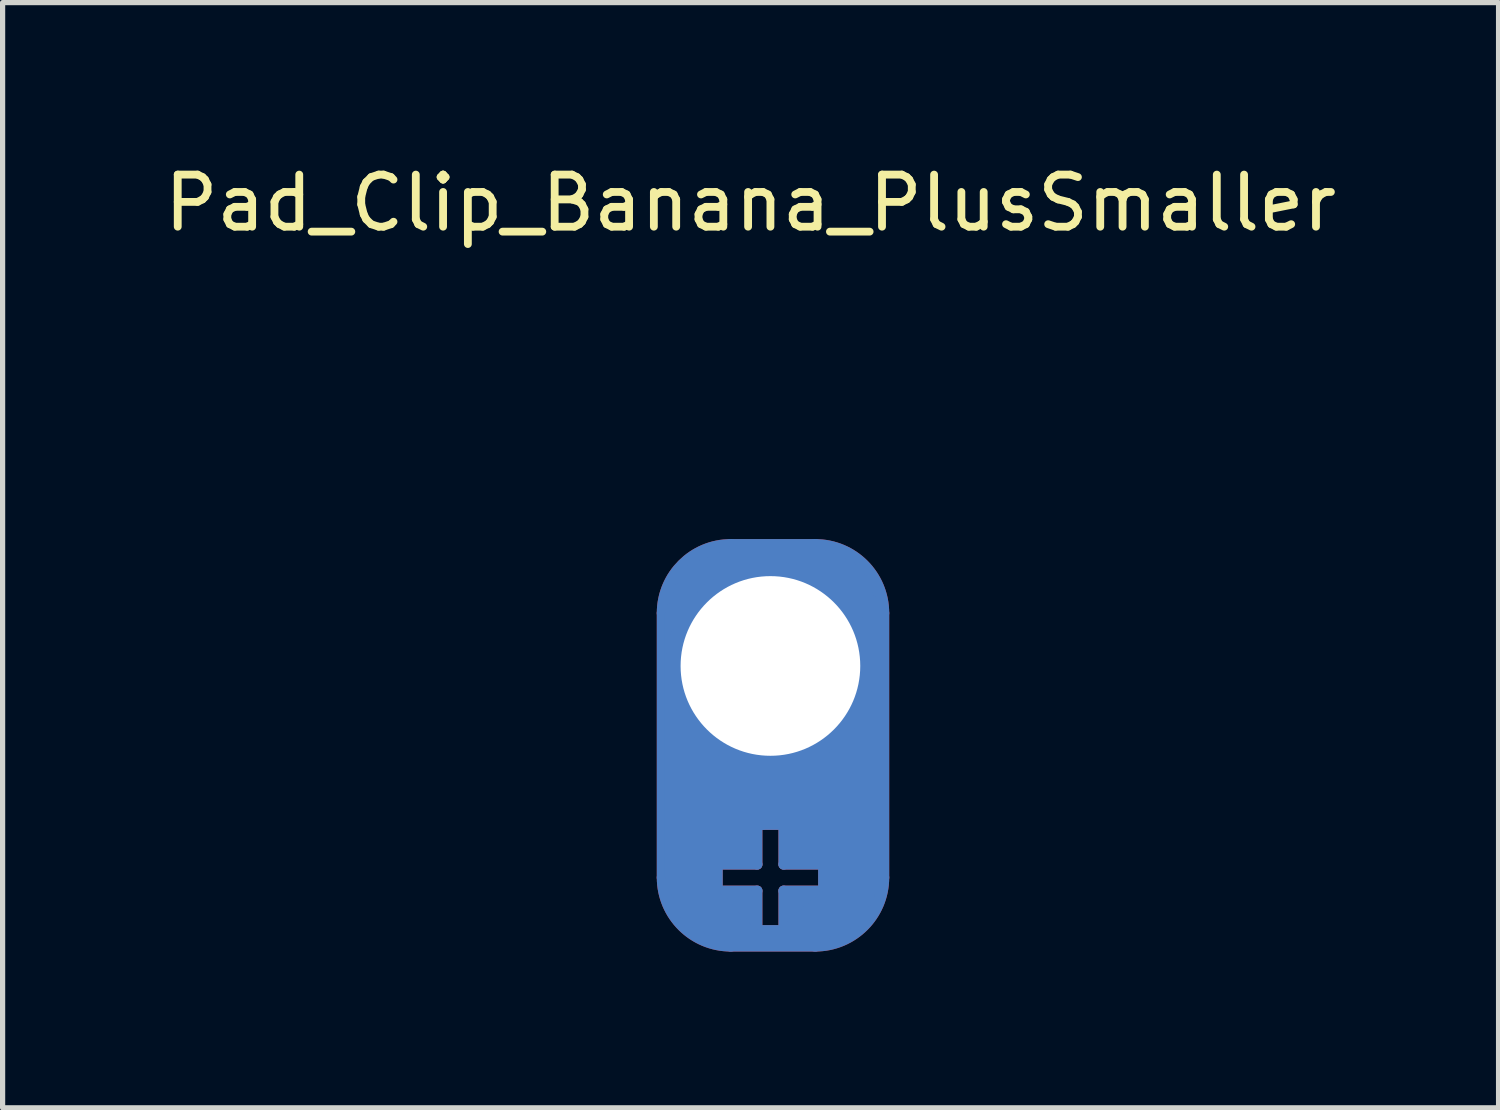
<source format=kicad_pcb>
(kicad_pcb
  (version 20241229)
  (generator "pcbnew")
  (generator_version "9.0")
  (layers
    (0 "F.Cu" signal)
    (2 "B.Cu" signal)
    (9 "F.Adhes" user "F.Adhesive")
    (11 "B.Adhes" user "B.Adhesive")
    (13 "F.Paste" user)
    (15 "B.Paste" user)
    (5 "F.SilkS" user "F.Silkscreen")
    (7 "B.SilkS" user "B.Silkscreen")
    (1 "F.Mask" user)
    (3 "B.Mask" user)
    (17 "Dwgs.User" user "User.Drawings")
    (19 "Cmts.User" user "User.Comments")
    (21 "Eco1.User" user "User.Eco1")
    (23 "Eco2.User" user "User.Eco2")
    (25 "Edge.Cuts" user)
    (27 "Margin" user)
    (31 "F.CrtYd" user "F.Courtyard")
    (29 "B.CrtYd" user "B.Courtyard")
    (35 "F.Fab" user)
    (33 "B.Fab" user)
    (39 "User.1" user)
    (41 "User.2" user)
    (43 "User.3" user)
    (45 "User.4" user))
  (footprint "Pad_Clip_Banana_PlusSmaller"
    (layer "F.Cu")
    (at 11.744 9.738)
    (property "Reference" "Pad_Clip_Banana_PlusSmaller" (at -0.381 -8.89 0) (unlocked yes) (layer "F.SilkS") (effects (font (size 1 1) (thickness 0.15))))
    (attr through_hole)
    (fp_line (start -2.032 -1.016) (end -2.032 4.064) (stroke (width 0.3) (type default)) (layer "F.Cu"))
    (fp_line (start -1.016 3.81) (end -1.016 4.318) (stroke (width 0.2) (type default)) (layer "F.Cu"))
    (fp_line (start -0.991 4.318) (end -0.254 4.318) (stroke (width 0.2) (type default)) (layer "F.Cu"))
    (fp_line (start -0.762 -2.286) (end 0.861 -2.286) (stroke (width 0.3) (type default)) (layer "F.Cu"))
    (fp_line (start -0.254 3.048) (end -0.254 3.81) (stroke (width 0.2) (type default)) (layer "F.Cu"))
    (fp_line (start -0.254 3.048) (end 0.254 3.048) (stroke (width 0.2) (type default)) (layer "F.Cu"))
    (fp_line (start -0.254 3.81) (end -0.991 3.81) (stroke (width 0.2) (type default)) (layer "F.Cu"))
    (fp_line (start -0.254 4.318) (end -0.254 5.08) (stroke (width 0.2) (type default)) (layer "F.Cu"))
    (fp_line (start -0.254 5.08) (end 0.254 5.08) (stroke (width 0.2) (type default)) (layer "F.Cu"))
    (fp_line (start -0.254 5.08) (end 0.254 5.08) (stroke (width 0.2) (type default)) (layer "F.Cu"))
    (fp_line (start 0.254 3.048) (end -0.254 3.048) (stroke (width 0.2) (type default)) (layer "F.Cu"))
    (fp_line (start 0.254 3.048) (end 0.254 3.81) (stroke (width 0.2) (type default)) (layer "F.Cu"))
    (fp_line (start 0.254 3.81) (end 1.016 3.81) (stroke (width 0.2) (type default)) (layer "F.Cu"))
    (fp_line (start 0.254 4.318) (end 0.254 5.08) (stroke (width 0.2) (type default)) (layer "F.Cu"))
    (fp_line (start 0.254 4.318) (end 1.016 4.318) (stroke (width 0.2) (type default)) (layer "F.Cu"))
    (fp_line (start 0.861 5.334) (end -0.762 5.334) (stroke (width 0.3) (type default)) (layer "F.Cu"))
    (fp_line (start 1.016 3.81) (end 1.016 4.318) (stroke (width 0.2) (type default)) (layer "F.Cu"))
    (fp_line (start 2.131 -1.016) (end 2.131 4.064) (stroke (width 0.3) (type default)) (layer "F.Cu"))
    (fp_rect (start -0.254 5.182) (end 0.254 5.334) (stroke (width 0.2) (type solid)) (fill yes) (layer "F.Cu"))
    (fp_arc (start -2.031999 -1.016) (mid -1.660025 -1.914026) (end -0.761999 -2.286) (stroke (width 0.3) (type default)) (layer "F.Cu"))
    (fp_arc (start -0.761999 5.334) (mid -1.660025 4.962026) (end -2.031999 4.064) (stroke (width 0.3) (type default)) (layer "F.Cu"))
    (fp_arc (start 0.860828 -2.286) (mid 1.758854 -1.914026) (end 2.130828 -1.016) (stroke (width 0.3) (type default)) (layer "F.Cu"))
    (fp_arc (start 2.130828 4.064) (mid 1.758854 4.962026) (end 0.860828 5.334) (stroke (width 0.3) (type default)) (layer "F.Cu"))
    (fp_poly (pts (xy 0.254 3.048) (xy -0.254 3.048) (xy -0.254 2.032) (xy 0.254 2.032)) (stroke (width 0.2) (type solid)) (fill yes) (layer "F.Cu"))
    (fp_poly (pts (xy -0.762 -2.286) (xy -1.66 -1.914) (xy -2.032 -1.016) (xy -2.032 4.064) (xy -1.66 4.962) (xy -0.762 5.334) (xy 0.508 5.334) (xy -0.254 5.029) (xy -0.254 4.318) (xy -0.991 4.318) (xy -0.991 3.81) (xy -0.254 3.81) (xy -0.254 3.302) (xy 0.254 1.778) (xy -0.508 1.778) (xy -1.524 0.762) (xy -1.524 -0.762) (xy -0.508 -1.778) (xy 0.254 -1.778) (xy 0.254 -2.286)) (stroke (width 0.01) (type solid)) (fill yes) (layer "F.Cu"))
    (fp_poly (pts (xy 0.861 -2.286) (xy 1.759 -1.914) (xy 2.131 -1.016) (xy 2.131 3.81) (xy 1.759 4.962) (xy 1.016 5.334) (xy 0.508 5.334) (xy 0.254 5.334) (xy 0.254 4.318) (xy 1.016 4.318) (xy 1.016 3.81) (xy 0.254 3.81) (xy 0.254 3.302) (xy -0.155 1.778) (xy 0.607 1.778) (xy 1.623 0.762) (xy 1.623 -0.762) (xy 0.607 -1.778) (xy -0.155 -1.778) (xy -0.155 -2.286)) (stroke (width 0.01) (type solid)) (fill yes) (layer "F.Cu"))
    (fp_line (start -2.032 -1.016) (end -2.032 4.064) (stroke (width 0.3) (type default)) (layer "F.Mask"))
    (fp_line (start -1.016 3.81) (end -1.016 4.318) (stroke (width 0.2) (type default)) (layer "F.Mask"))
    (fp_line (start -1.016 4.318) (end -0.254 4.318) (stroke (width 0.2) (type default)) (layer "F.Mask"))
    (fp_line (start -0.762 -2.286) (end 0.861 -2.286) (stroke (width 0.3) (type default)) (layer "F.Mask"))
    (fp_line (start -0.254 3.048) (end -0.254 3.81) (stroke (width 0.2) (type default)) (layer "F.Mask"))
    (fp_line (start -0.254 3.81) (end -0.914 3.81) (stroke (width 0.2) (type default)) (layer "F.Mask"))
    (fp_line (start -0.254 4.318) (end -0.254 5.08) (stroke (width 0.2) (type default)) (layer "F.Mask"))
    (fp_line (start -0.254 5.08) (end 0.254 5.08) (stroke (width 0.2) (type default)) (layer "F.Mask"))
    (fp_line (start 0.254 3.048) (end -0.254 3.048) (stroke (width 0.2) (type default)) (layer "F.Mask"))
    (fp_line (start 0.254 3.048) (end 0.254 3.81) (stroke (width 0.2) (type default)) (layer "F.Mask"))
    (fp_line (start 0.254 3.81) (end 1.016 3.81) (stroke (width 0.2) (type default)) (layer "F.Mask"))
    (fp_line (start 0.254 4.318) (end 1.016 4.318) (stroke (width 0.2) (type default)) (layer "F.Mask"))
    (fp_line (start 0.254 5.08) (end 0.254 4.318) (stroke (width 0.2) (type default)) (layer "F.Mask"))
    (fp_line (start 0.861 5.334) (end -0.762 5.334) (stroke (width 0.3) (type default)) (layer "F.Mask"))
    (fp_line (start 1.016 3.81) (end 1.016 4.318) (stroke (width 0.2) (type default)) (layer "F.Mask"))
    (fp_line (start 2.131 -1.016) (end 2.131 4.064) (stroke (width 0.3) (type default)) (layer "F.Mask"))
    (fp_arc (start -2.031999 -1.016) (mid -1.660025 -1.914026) (end -0.761999 -2.286) (stroke (width 0.3) (type default)) (layer "F.Mask"))
    (fp_arc (start -0.761999 5.334) (mid -1.660025 4.962026) (end -2.031999 4.064) (stroke (width 0.3) (type default)) (layer "F.Mask"))
    (fp_arc (start 0.860828 -2.286) (mid 1.758854 -1.914026) (end 2.130828 -1.016) (stroke (width 0.3) (type default)) (layer "F.Mask"))
    (fp_arc (start 2.130828 4.064) (mid 1.758854 4.962026) (end 0.860828 5.334) (stroke (width 0.3) (type default)) (layer "F.Mask"))
    (fp_poly (pts (xy -0.381 3.683) (xy -0.381 3.175) (xy -0.889 3.683)) (stroke (width 0.12) (type solid)) (fill yes) (layer "F.Mask"))
    (fp_poly (pts (xy -0.381 4.953) (xy -0.381 4.445) (xy -0.889 4.445)) (stroke (width 0.12) (type solid)) (fill yes) (layer "F.Mask"))
    (fp_poly (pts (xy 0.381 3.302) (xy 0.381 3.683) (xy 0.889 3.683)) (stroke (width 0.12) (type solid)) (fill yes) (layer "F.Mask"))
    (fp_poly (pts (xy 0.381 4.445) (xy 0.381 4.953) (xy 1.016 4.445)) (stroke (width 0.12) (type solid)) (fill yes) (layer "F.Mask"))
    (fp_poly (pts (xy 1.016 3.81) (xy 1.016 3.556) (xy 0.889 3.683)) (stroke (width 0.12) (type solid)) (fill yes) (layer "F.Mask"))
    (fp_poly (pts (xy -0.762 -2.286) (xy -1.66 -1.914) (xy -2.032 -1.016) (xy -2.032 4.064) (xy -1.66 4.962) (xy -0.762 5.334) (xy 0.254 5.334) (xy 0.254 5.08) (xy -0.254 5.08) (xy -1.016 4.318) (xy -1.016 3.81) (xy -0.155 3.048) (xy 0.254 3.048) (xy 0.254 1.778) (xy -0.508 1.778) (xy -1.524 0.762) (xy -1.524 -0.762) (xy -0.508 -1.778) (xy 0.254 -1.778) (xy 0.254 -2.286)) (stroke (width 0.01) (type solid)) (fill yes) (layer "F.Mask"))
    (fp_poly (pts (xy 0.861 -2.286) (xy 1.759 -1.914) (xy 2.131 -1.016) (xy 2.131 4.064) (xy 1.759 4.962) (xy 0.861 5.334) (xy -0.155 5.334) (xy -0.155 5.08) (xy 0.254 5.08) (xy 1.115 4.318) (xy 1.115 3.81) (xy 0.099 3.048) (xy -0.155 3.048) (xy -0.155 1.778) (xy 0.607 1.778) (xy 1.623 0.762) (xy 1.623 -0.762) (xy 0.607 -1.778) (xy -0.155 -1.778) (xy -0.155 -2.286)) (stroke (width 0.01) (type solid)) (fill yes) (layer "F.Mask"))
    (fp_line (start -2.032 -1.016) (end -2.032 4.064) (stroke (width 0.3) (type default)) (layer "B.Cu"))
    (fp_line (start -1.016 3.81) (end -1.016 4.318) (stroke (width 0.2) (type default)) (layer "B.Cu"))
    (fp_line (start -0.762 5.334) (end 0.861 5.334) (stroke (width 0.3) (type default)) (layer "B.Cu"))
    (fp_line (start -0.254 3.048) (end -0.254 3.81) (stroke (width 0.2) (type default)) (layer "B.Cu"))
    (fp_line (start -0.254 3.048) (end 0.254 3.048) (stroke (width 0.2) (type default)) (layer "B.Cu"))
    (fp_line (start -0.254 3.81) (end -1.016 3.81) (stroke (width 0.2) (type default)) (layer "B.Cu"))
    (fp_line (start -0.254 4.318) (end -1.016 4.318) (stroke (width 0.2) (type default)) (layer "B.Cu"))
    (fp_line (start -0.254 5.08) (end -0.254 4.318) (stroke (width 0.2) (type default)) (layer "B.Cu"))
    (fp_line (start 0.254 2.794) (end -0.254 2.794) (stroke (width 0.2) (type default)) (layer "B.Cu"))
    (fp_line (start 0.254 3.048) (end 0.254 3.81) (stroke (width 0.2) (type default)) (layer "B.Cu"))
    (fp_line (start 0.254 3.81) (end 1.016 3.81) (stroke (width 0.2) (type default)) (layer "B.Cu"))
    (fp_line (start 0.254 5.08) (end -0.254 5.08) (stroke (width 0.2) (type default)) (layer "B.Cu"))
    (fp_line (start 0.254 5.08) (end -0.254 5.08) (stroke (width 0.2) (type default)) (layer "B.Cu"))
    (fp_line (start 0.254 5.08) (end 0.254 4.318) (stroke (width 0.2) (type default)) (layer "B.Cu"))
    (fp_line (start 0.861 -2.286) (end -0.762 -2.286) (stroke (width 0.3) (type default)) (layer "B.Cu"))
    (fp_line (start 1.016 3.81) (end 1.016 4.318) (stroke (width 0.2) (type default)) (layer "B.Cu"))
    (fp_line (start 1.016 4.318) (end 0.254 4.318) (stroke (width 0.2) (type default)) (layer "B.Cu"))
    (fp_line (start 2.131 -1.016) (end 2.131 4.064) (stroke (width 0.3) (type default)) (layer "B.Cu"))
    (fp_arc (start -2.031999 -1.016) (mid -1.660025 -1.914026) (end -0.761999 -2.286) (stroke (width 0.3) (type default)) (layer "B.Cu"))
    (fp_arc (start -0.761999 5.334) (mid -1.660025 4.962026) (end -2.031999 4.064) (stroke (width 0.3) (type default)) (layer "B.Cu"))
    (fp_arc (start 0.860828 -2.286) (mid 1.758854 -1.914026) (end 2.130828 -1.016) (stroke (width 0.3) (type default)) (layer "B.Cu"))
    (fp_arc (start 2.130828 4.064) (mid 1.758854 4.962026) (end 0.860828 5.334) (stroke (width 0.3) (type default)) (layer "B.Cu"))
    (fp_poly (pts (xy -0.381 4.953) (xy -0.381 4.445) (xy -0.889 4.445)) (stroke (width 0.2) (type solid)) (fill yes) (layer "B.Cu"))
    (fp_poly (pts (xy 0.381 4.953) (xy 0.381 4.445) (xy 0.889 4.445)) (stroke (width 0.2) (type solid)) (fill yes) (layer "B.Cu"))
    (fp_poly (pts (xy -0.254 2.794) (xy 0 2.794) (xy -0.155 3.048) (xy -0.381 3.048)) (stroke (width 0.2) (type solid)) (fill yes) (layer "B.Cu"))
    (fp_poly (pts (xy 0.381 3.048) (xy 0.381 3.683) (xy 0.889 3.683) (xy 0.762 3.048)) (stroke (width 0.2) (type solid)) (fill yes) (layer "B.Cu"))
    (fp_poly (pts (xy -0.762 -2.286) (xy -1.66 -1.914) (xy -2.032 -1.016) (xy -2.032 4.064) (xy -1.66 4.962) (xy -0.762 5.334) (xy 0.254 5.334) (xy 0.254 5.08) (xy -0.254 5.08) (xy -0.991 4.318) (xy -0.991 3.81) (xy -0.254 3.81) (xy -0.254 3.048) (xy 0.254 1.778) (xy -0.508 1.778) (xy -1.524 0.762) (xy -1.524 -0.762) (xy -0.508 -1.778) (xy 0.254 -1.778) (xy 0.254 -2.286)) (stroke (width 0.01) (type solid)) (fill yes) (layer "B.Cu"))
    (fp_poly (pts (xy 0.861 -2.286) (xy 1.759 -1.914) (xy 2.131 -1.016) (xy 2.131 4.064) (xy 1.759 4.962) (xy 0.861 5.334) (xy -0.155 5.334) (xy -0.155 5.08) (xy 0.099 5.08) (xy 0.988 4.318) (xy 0.988 3.81) (xy 0.099 3.048) (xy -0.155 3.048) (xy -0.155 1.778) (xy 0.607 1.778) (xy 1.623 0.762) (xy 1.623 -0.762) (xy 0.607 -1.778) (xy -0.155 -1.778) (xy -0.155 -2.286)) (stroke (width 0.01) (type solid)) (fill yes) (layer "B.Cu"))
    (fp_line (start -2.032 -1.016) (end -2.032 4.064) (stroke (width 0.3) (type default)) (layer "B.Mask"))
    (fp_line (start -1.016 3.81) (end -1.016 4.318) (stroke (width 0.2) (type default)) (layer "B.Mask"))
    (fp_line (start -0.762 5.334) (end 0.861 5.334) (stroke (width 0.3) (type default)) (layer "B.Mask"))
    (fp_line (start -0.254 3.048) (end -0.254 3.81) (stroke (width 0.2) (type default)) (layer "B.Mask"))
    (fp_line (start -0.254 3.048) (end 0.254 3.048) (stroke (width 0.2) (type default)) (layer "B.Mask"))
    (fp_line (start -0.254 3.81) (end -0.914 3.81) (stroke (width 0.2) (type default)) (layer "B.Mask"))
    (fp_line (start -0.254 4.318) (end -0.965 4.318) (stroke (width 0.2) (type default)) (layer "B.Mask"))
    (fp_line (start -0.254 5.08) (end -0.254 4.318) (stroke (width 0.2) (type default)) (layer "B.Mask"))
    (fp_line (start 0.254 3.048) (end 0.254 3.81) (stroke (width 0.2) (type default)) (layer "B.Mask"))
    (fp_line (start 0.254 3.81) (end 1.016 3.81) (stroke (width 0.2) (type default)) (layer "B.Mask"))
    (fp_line (start 0.254 4.318) (end 0.254 5.08) (stroke (width 0.2) (type default)) (layer "B.Mask"))
    (fp_line (start 0.254 5.08) (end -0.254 5.08) (stroke (width 0.2) (type default)) (layer "B.Mask"))
    (fp_line (start 0.861 -2.286) (end -0.762 -2.286) (stroke (width 0.3) (type default)) (layer "B.Mask"))
    (fp_line (start 1.016 3.81) (end 1.016 4.318) (stroke (width 0.2) (type default)) (layer "B.Mask"))
    (fp_line (start 1.016 4.318) (end 0.254 4.318) (stroke (width 0.2) (type default)) (layer "B.Mask"))
    (fp_line (start 2.131 -1.016) (end 2.131 4.064) (stroke (width 0.3) (type default)) (layer "B.Mask"))
    (fp_arc (start -2.031999 -1.016) (mid -1.660025 -1.914026) (end -0.761999 -2.286) (stroke (width 0.3) (type default)) (layer "B.Mask"))
    (fp_arc (start -0.761999 5.334) (mid -1.660025 4.962026) (end -2.031999 4.064) (stroke (width 0.3) (type default)) (layer "B.Mask"))
    (fp_arc (start 0.860828 -2.286) (mid 1.758854 -1.914026) (end 2.130828 -1.016) (stroke (width 0.3) (type default)) (layer "B.Mask"))
    (fp_arc (start 2.130828 4.064) (mid 1.758854 4.962026) (end 0.860828 5.334) (stroke (width 0.3) (type default)) (layer "B.Mask"))
    (fp_poly (pts (xy -0.381 3.175) (xy -0.381 3.683) (xy -1.016 3.683)) (stroke (width 0.12) (type solid)) (fill yes) (layer "B.Mask"))
    (fp_poly (pts (xy 0.381 3.175) (xy 0.381 3.683) (xy 1.143 3.683)) (stroke (width 0.12) (type solid)) (fill yes) (layer "B.Mask"))
    (fp_poly (pts (xy 0.381 4.826) (xy 0.381 4.445) (xy 0.889 4.445)) (stroke (width 0.12) (type solid)) (fill yes) (layer "B.Mask"))
    (fp_poly (pts (xy -0.381 4.445) (xy -0.381 5.08) (xy -1.016 4.318) (xy -0.762 4.445)) (stroke (width 0.12) (type solid)) (fill yes) (layer "B.Mask"))
    (fp_poly (pts (xy -0.762 -2.286) (xy -1.66 -1.914) (xy -2.032 -1.016) (xy -2.032 4.064) (xy -1.66 4.962) (xy -0.762 5.334) (xy 0.254 5.334) (xy 0.254 5.207) (xy -0.127 5.207) (xy -1.016 4.318) (xy -1.016 3.81) (xy -0.254 3.048) (xy 0.254 3.048) (xy 0.254 1.778) (xy -0.508 1.778) (xy -1.524 0.762) (xy -1.524 -0.762) (xy -0.508 -1.778) (xy 0.254 -1.778) (xy 0.254 -2.286)) (stroke (width 0.01) (type solid)) (fill yes) (layer "B.Mask"))
    (fp_poly (pts (xy 0.861 -2.286) (xy 1.759 -1.914) (xy 2.131 -1.016) (xy 2.131 4.064) (xy 1.759 4.962) (xy 0.861 5.334) (xy -0.155 5.334) (xy -0.155 5.08) (xy 0.099 5.08) (xy 1.115 4.318) (xy 1.115 3.81) (xy 0.099 3.048) (xy -0.155 3.048) (xy -0.155 1.778) (xy 0.607 1.778) (xy 1.623 0.762) (xy 1.623 -0.762) (xy 0.607 -1.778) (xy -0.155 -1.778) (xy -0.155 -2.286)) (stroke (width 0.01) (type solid)) (fill yes) (layer "B.Mask"))
    (pad "1" thru_hole circle (at 0 0) (size 4 4) (drill 3.45) (layers "*.Cu" "*.Mask")))
  (gr_rect
    (start -3 -3)
    (end 25.726 18.222)
    (stroke (width 0.1) (type default))
    (fill no)
    (layer "Edge.Cuts")))
</source>
